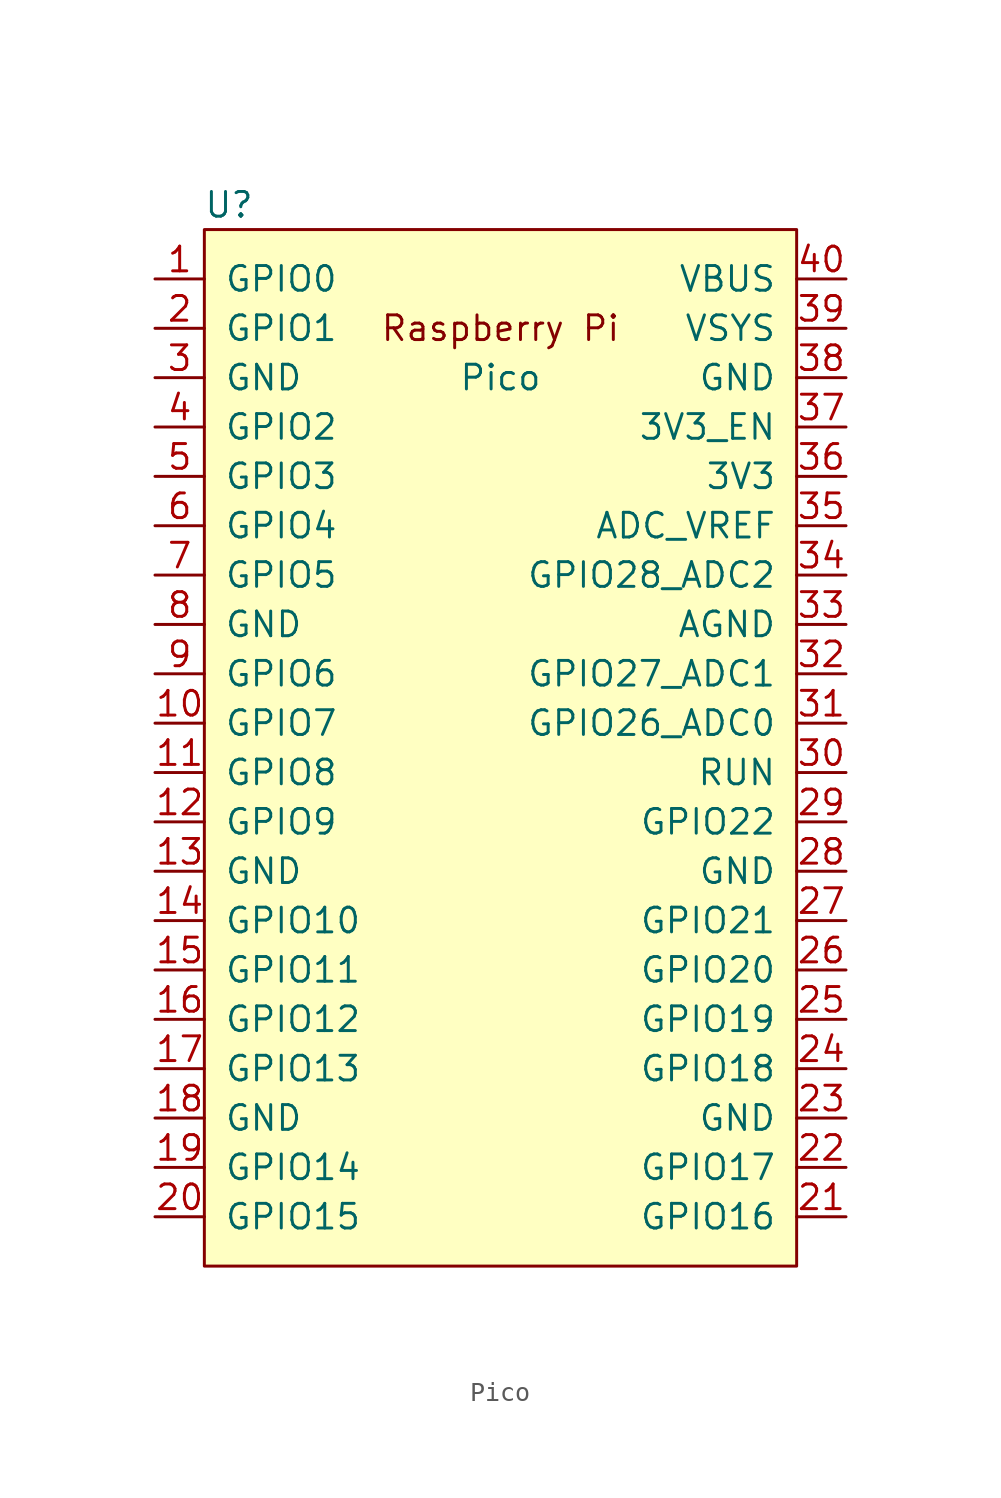
<source format=kicad_sym>
(kicad_symbol_lib
  (version 20211014)
  (generator kicad_symbol_editor)
  (symbol "Pico"
    (pin_names
      (offset 1.016))
    (property "Reference" "U"
      (at -13.97 27.94 0)
      (effects (font (size 1.27 1.27))))
    (property "Value" "Pico"
      (at 0 19.05 0)
      (effects (font (size 1.27 1.27))))
    (symbol "Pico_0_0"
      (text "Raspberry Pi" (at 0 21.59 0) (effects (font (size 1.27 1.27)))))
    (symbol "Pico_0_1"
      (rectangle (start -15.24 26.67) (end 15.24 -26.67) (stroke (width 0) (type default) (color 0 0 0 0)) (fill (type background))))
    (symbol "Pico_1_1"
      (pin bidirectional line (at -17.78 24.13 0) (length 2.54) (name "GPIO0" (effects (font (size 1.27 1.27)))) (number "1" (effects (font (size 1.27 1.27)))))
      (pin bidirectional line (at -17.78 1.27 0) (length 2.54) (name "GPIO7" (effects (font (size 1.27 1.27)))) (number "10" (effects (font (size 1.27 1.27)))))
      (pin bidirectional line (at -17.78 -1.27 0) (length 2.54) (name "GPIO8" (effects (font (size 1.27 1.27)))) (number "11" (effects (font (size 1.27 1.27)))))
      (pin bidirectional line (at -17.78 -3.81 0) (length 2.54) (name "GPIO9" (effects (font (size 1.27 1.27)))) (number "12" (effects (font (size 1.27 1.27)))))
      (pin power_in line (at -17.78 -6.35 0) (length 2.54) (name "GND" (effects (font (size 1.27 1.27)))) (number "13" (effects (font (size 1.27 1.27)))))
      (pin bidirectional line (at -17.78 -8.89 0) (length 2.54) (name "GPIO10" (effects (font (size 1.27 1.27)))) (number "14" (effects (font (size 1.27 1.27)))))
      (pin bidirectional line (at -17.78 -11.43 0) (length 2.54) (name "GPIO11" (effects (font (size 1.27 1.27)))) (number "15" (effects (font (size 1.27 1.27)))))
      (pin bidirectional line (at -17.78 -13.97 0) (length 2.54) (name "GPIO12" (effects (font (size 1.27 1.27)))) (number "16" (effects (font (size 1.27 1.27)))))
      (pin bidirectional line (at -17.78 -16.51 0) (length 2.54) (name "GPIO13" (effects (font (size 1.27 1.27)))) (number "17" (effects (font (size 1.27 1.27)))))
      (pin power_in line (at -17.78 -19.05 0) (length 2.54) (name "GND" (effects (font (size 1.27 1.27)))) (number "18" (effects (font (size 1.27 1.27)))))
      (pin bidirectional line (at -17.78 -21.59 0) (length 2.54) (name "GPIO14" (effects (font (size 1.27 1.27)))) (number "19" (effects (font (size 1.27 1.27)))))
      (pin bidirectional line (at -17.78 21.59 0) (length 2.54) (name "GPIO1" (effects (font (size 1.27 1.27)))) (number "2" (effects (font (size 1.27 1.27)))))
      (pin bidirectional line (at -17.78 -24.13 0) (length 2.54) (name "GPIO15" (effects (font (size 1.27 1.27)))) (number "20" (effects (font (size 1.27 1.27)))))
      (pin bidirectional line (at 17.78 -24.13 180) (length 2.54) (name "GPIO16" (effects (font (size 1.27 1.27)))) (number "21" (effects (font (size 1.27 1.27)))))
      (pin bidirectional line (at 17.78 -21.59 180) (length 2.54) (name "GPIO17" (effects (font (size 1.27 1.27)))) (number "22" (effects (font (size 1.27 1.27)))))
      (pin power_in line (at 17.78 -19.05 180) (length 2.54) (name "GND" (effects (font (size 1.27 1.27)))) (number "23" (effects (font (size 1.27 1.27)))))
      (pin bidirectional line (at 17.78 -16.51 180) (length 2.54) (name "GPIO18" (effects (font (size 1.27 1.27)))) (number "24" (effects (font (size 1.27 1.27)))))
      (pin bidirectional line (at 17.78 -13.97 180) (length 2.54) (name "GPIO19" (effects (font (size 1.27 1.27)))) (number "25" (effects (font (size 1.27 1.27)))))
      (pin bidirectional line (at 17.78 -11.43 180) (length 2.54) (name "GPIO20" (effects (font (size 1.27 1.27)))) (number "26" (effects (font (size 1.27 1.27)))))
      (pin bidirectional line (at 17.78 -8.89 180) (length 2.54) (name "GPIO21" (effects (font (size 1.27 1.27)))) (number "27" (effects (font (size 1.27 1.27)))))
      (pin power_in line (at 17.78 -6.35 180) (length 2.54) (name "GND" (effects (font (size 1.27 1.27)))) (number "28" (effects (font (size 1.27 1.27)))))
      (pin bidirectional line (at 17.78 -3.81 180) (length 2.54) (name "GPIO22" (effects (font (size 1.27 1.27)))) (number "29" (effects (font (size 1.27 1.27)))))
      (pin power_in line (at -17.78 19.05 0) (length 2.54) (name "GND" (effects (font (size 1.27 1.27)))) (number "3" (effects (font (size 1.27 1.27)))))
      (pin input line (at 17.78 -1.27 180) (length 2.54) (name "RUN" (effects (font (size 1.27 1.27)))) (number "30" (effects (font (size 1.27 1.27)))))
      (pin bidirectional line (at 17.78 1.27 180) (length 2.54) (name "GPIO26_ADC0" (effects (font (size 1.27 1.27)))) (number "31" (effects (font (size 1.27 1.27)))))
      (pin bidirectional line (at 17.78 3.81 180) (length 2.54) (name "GPIO27_ADC1" (effects (font (size 1.27 1.27)))) (number "32" (effects (font (size 1.27 1.27)))))
      (pin power_in line (at 17.78 6.35 180) (length 2.54) (name "AGND" (effects (font (size 1.27 1.27)))) (number "33" (effects (font (size 1.27 1.27)))))
      (pin bidirectional line (at 17.78 8.89 180) (length 2.54) (name "GPIO28_ADC2" (effects (font (size 1.27 1.27)))) (number "34" (effects (font (size 1.27 1.27)))))
      (pin unspecified line (at 17.78 11.43 180) (length 2.54) (name "ADC_VREF" (effects (font (size 1.27 1.27)))) (number "35" (effects (font (size 1.27 1.27)))))
      (pin unspecified line (at 17.78 13.97 180) (length 2.54) (name "3V3" (effects (font (size 1.27 1.27)))) (number "36" (effects (font (size 1.27 1.27)))))
      (pin input line (at 17.78 16.51 180) (length 2.54) (name "3V3_EN" (effects (font (size 1.27 1.27)))) (number "37" (effects (font (size 1.27 1.27)))))
      (pin bidirectional line (at 17.78 19.05 180) (length 2.54) (name "GND" (effects (font (size 1.27 1.27)))) (number "38" (effects (font (size 1.27 1.27)))))
      (pin unspecified line (at 17.78 21.59 180) (length 2.54) (name "VSYS" (effects (font (size 1.27 1.27)))) (number "39" (effects (font (size 1.27 1.27)))))
      (pin bidirectional line (at -17.78 16.51 0) (length 2.54) (name "GPIO2" (effects (font (size 1.27 1.27)))) (number "4" (effects (font (size 1.27 1.27)))))
      (pin unspecified line (at 17.78 24.13 180) (length 2.54) (name "VBUS" (effects (font (size 1.27 1.27)))) (number "40" (effects (font (size 1.27 1.27)))))
      (pin bidirectional line (at -17.78 13.97 0) (length 2.54) (name "GPIO3" (effects (font (size 1.27 1.27)))) (number "5" (effects (font (size 1.27 1.27)))))
      (pin bidirectional line (at -17.78 11.43 0) (length 2.54) (name "GPIO4" (effects (font (size 1.27 1.27)))) (number "6" (effects (font (size 1.27 1.27)))))
      (pin bidirectional line (at -17.78 8.89 0) (length 2.54) (name "GPIO5" (effects (font (size 1.27 1.27)))) (number "7" (effects (font (size 1.27 1.27)))))
      (pin power_in line (at -17.78 6.35 0) (length 2.54) (name "GND" (effects (font (size 1.27 1.27)))) (number "8" (effects (font (size 1.27 1.27)))))
      (pin bidirectional line (at -17.78 3.81 0) (length 2.54) (name "GPIO6" (effects (font (size 1.27 1.27)))) (number "9" (effects (font (size 1.27 1.27))))))))
</source>
